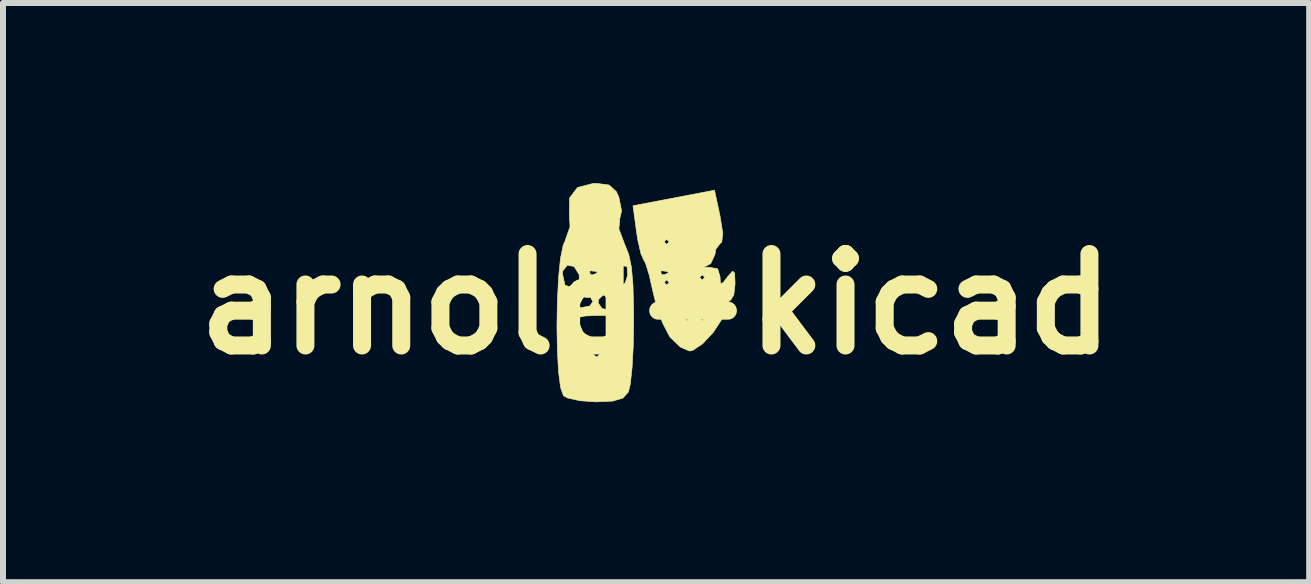
<source format=kicad_pcb>
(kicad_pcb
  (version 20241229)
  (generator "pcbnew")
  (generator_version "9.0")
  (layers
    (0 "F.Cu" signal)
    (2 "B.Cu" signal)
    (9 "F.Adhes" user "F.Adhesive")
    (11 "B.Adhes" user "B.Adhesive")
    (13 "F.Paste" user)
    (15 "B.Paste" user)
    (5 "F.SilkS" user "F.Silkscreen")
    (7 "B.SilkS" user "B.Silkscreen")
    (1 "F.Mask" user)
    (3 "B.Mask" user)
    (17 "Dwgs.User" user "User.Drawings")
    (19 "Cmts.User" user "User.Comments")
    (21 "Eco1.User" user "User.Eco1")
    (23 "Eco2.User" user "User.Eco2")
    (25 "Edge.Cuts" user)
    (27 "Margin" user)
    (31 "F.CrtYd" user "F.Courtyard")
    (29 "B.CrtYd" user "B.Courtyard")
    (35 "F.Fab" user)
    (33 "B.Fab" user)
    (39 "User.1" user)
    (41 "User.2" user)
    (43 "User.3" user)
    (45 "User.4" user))
  (footprint "arnold-kicad"
    (layer "F.Cu")
    (at 7.677 1.783)
    (property "Reference" "arnold-kicad" (at 0.204 0.234 0) (layer "F.SilkS") (effects (font (size 1.524 1.524) (thickness 0.3))))
    (attr through_hole)
    (fp_poly (pts (xy 1.27 -1.235) (xy 1.316 -0.945) (xy 1.299 -0.799) (xy 1.273 -0.777) (xy 1.199 -0.679) (xy 1.185 -0.592) (xy 1.116 -0.443) (xy 1.037 -0.399) (xy 0.99 -0.378) (xy 1.079 -0.381) (xy 1.23 -0.355) (xy 1.27 -0.226) (xy 1.277 -0.105) (xy 1.323 -0.125) (xy 1.394 -0.217) (xy 1.479 -0.315) (xy 1.513 -0.285) (xy 1.521 -0.106) (xy 1.521 -0.106) (xy 1.5 0.081) (xy 1.446 0.169) (xy 1.439 0.169) (xy 1.366 0.239) (xy 1.355 0.31) (xy 1.298 0.49) (xy 1.159 0.703) (xy 0.983 0.892) (xy 0.816 1.005) (xy 0.763 1.016) (xy 0.611 0.951) (xy 0.446 0.793) (xy 0.427 0.768) (xy 0.311 0.543) (xy 0.285 0.466) (xy 0.677 0.466) (xy 0.72 0.508) (xy 0.762 0.466) (xy 0.931 0.466) (xy 0.974 0.508) (xy 1.016 0.466) (xy 0.974 0.423) (xy 0.931 0.466) (xy 0.762 0.466) (xy 0.72 0.423) (xy 0.677 0.466) (xy 0.285 0.466) (xy 0.204 0.234) (xy 0.153 0.027) (xy 0.118 -0.127) (xy 0.339 -0.127) (xy 0.381 -0.085) (xy 0.423 -0.127) (xy 0.381 -0.169) (xy 0.339 -0.127) (xy 0.118 -0.127) (xy 0.099 -0.212) (xy 0.931 -0.212) (xy 0.974 -0.169) (xy 1.016 -0.212) (xy 0.974 -0.254) (xy 0.931 -0.212) (xy 0.099 -0.212) (xy 0.092 -0.244) (xy 0.072 -0.31) (xy 0.282 -0.31) (xy 0.294 -0.26) (xy 0.339 -0.254) (xy 0.408 -0.285) (xy 0.395 -0.31) (xy 0.295 -0.321) (xy 0.282 -0.31) (xy 0.072 -0.31) (xy 0.032 -0.44) (xy -0.004 -0.508) (xy -0.049 -0.61) (xy -0.093 -0.804) (xy 0.339 -0.804) (xy 0.381 -0.762) (xy 0.423 -0.804) (xy 0.381 -0.847) (xy 0.339 -0.804) (xy -0.093 -0.804) (xy -0.098 -0.823) (xy -0.122 -0.978) (xy -0.18 -1.405) (xy 1.178 -1.664) (xy 1.27 -1.235)) (stroke (width 0.01) (type solid)) (fill yes) (layer "F.SilkS"))
    (fp_poly (pts (xy -0.577 -1.75) (xy -0.458 -1.64) (xy -0.415 -1.545) (xy -0.37 -1.318) (xy -0.4 -1.192) (xy -0.415 -1.017) (xy -0.322 -0.772) (xy -0.252 -0.598) (xy -0.206 -0.379) (xy -0.18 -0.078) (xy -0.17 0.341) (xy -0.169 0.531) (xy -0.176 0.941) (xy -0.196 1.3) (xy -0.225 1.568) (xy -0.257 1.699) (xy -0.349 1.8) (xy -0.517 1.85) (xy -0.79 1.863) (xy -1.063 1.844) (xy -1.271 1.798) (xy -1.338 1.761) (xy -1.386 1.627) (xy -1.42 1.364) (xy -1.44 1.01) (xy -1.447 0.605) (xy -1.445 0.464) (xy -1.101 0.464) (xy -1.072 0.56) (xy -1 0.755) (xy -0.962 0.85) (xy -0.866 1.056) (xy -0.784 1.117) (xy -0.695 1.028) (xy -0.58 0.784) (xy -0.563 0.741) (xy -0.432 0.423) (xy -0.766 0.423) (xy -0.977 0.432) (xy -1.093 0.455) (xy -1.101 0.464) (xy -1.445 0.464) (xy -1.44 0.187) (xy -1.44 0.187) (xy -1.326 0.187) (xy -1.252 0.27) (xy -1.087 0.3) (xy -0.902 0.267) (xy -0.863 0.212) (xy -0.762 0.212) (xy -0.696 0.308) (xy -0.553 0.337) (xy -0.414 0.291) (xy -0.382 0.255) (xy -0.395 0.207) (xy -0.461 0.222) (xy -0.573 0.22) (xy -0.593 0.178) (xy -0.652 0.089) (xy -0.677 0.085) (xy -0.752 0.153) (xy -0.762 0.212) (xy -0.863 0.212) (xy -0.847 0.189) (xy -0.893 0.116) (xy -0.931 0.127) (xy -1.011 0.112) (xy -1.023 0.068) (xy -1.043 0.009) (xy -1.07 0.059) (xy -1.171 0.127) (xy -1.219 0.119) (xy -1.315 0.142) (xy -1.326 0.187) (xy -1.44 0.187) (xy -1.42 -0.204) (xy -1.414 -0.268) (xy -1.355 -0.268) (xy -1.313 -0.081) (xy -1.189 -0.04) (xy -1.144 -0.054) (xy -1.073 -0.158) (xy -1.074 -0.174) (xy -0.494 -0.174) (xy -0.483 -0.031) (xy -0.409 -0.018) (xy -0.309 -0.123) (xy -0.268 -0.249) (xy -0.279 -0.393) (xy -0.353 -0.405) (xy -0.453 -0.3) (xy -0.494 -0.174) (xy -1.074 -0.174) (xy -1.078 -0.259) (xy -1.11 -0.31) (xy -0.903 -0.31) (xy -0.891 -0.26) (xy -0.847 -0.254) (xy -0.777 -0.285) (xy -0.79 -0.31) (xy -0.891 -0.321) (xy -0.903 -0.31) (xy -1.11 -0.31) (xy -1.162 -0.393) (xy -1.275 -0.414) (xy -1.349 -0.32) (xy -1.355 -0.268) (xy -1.414 -0.268) (xy -1.388 -0.529) (xy -1.343 -0.749) (xy -1.315 -0.809) (xy -1.229 -1.058) (xy -1.24 -1.25) (xy -1.237 -1.534) (xy -1.105 -1.709) (xy -0.842 -1.777) (xy -0.792 -1.778) (xy -0.577 -1.75)) (stroke (width 0.01) (type solid)) (fill yes) (layer "F.SilkS")))
  (gr_rect
    (start -3 -3)
    (end 18.763 6.651)
    (stroke (width 0.1) (type default))
    (fill no)
    (layer "Edge.Cuts")))
</source>
